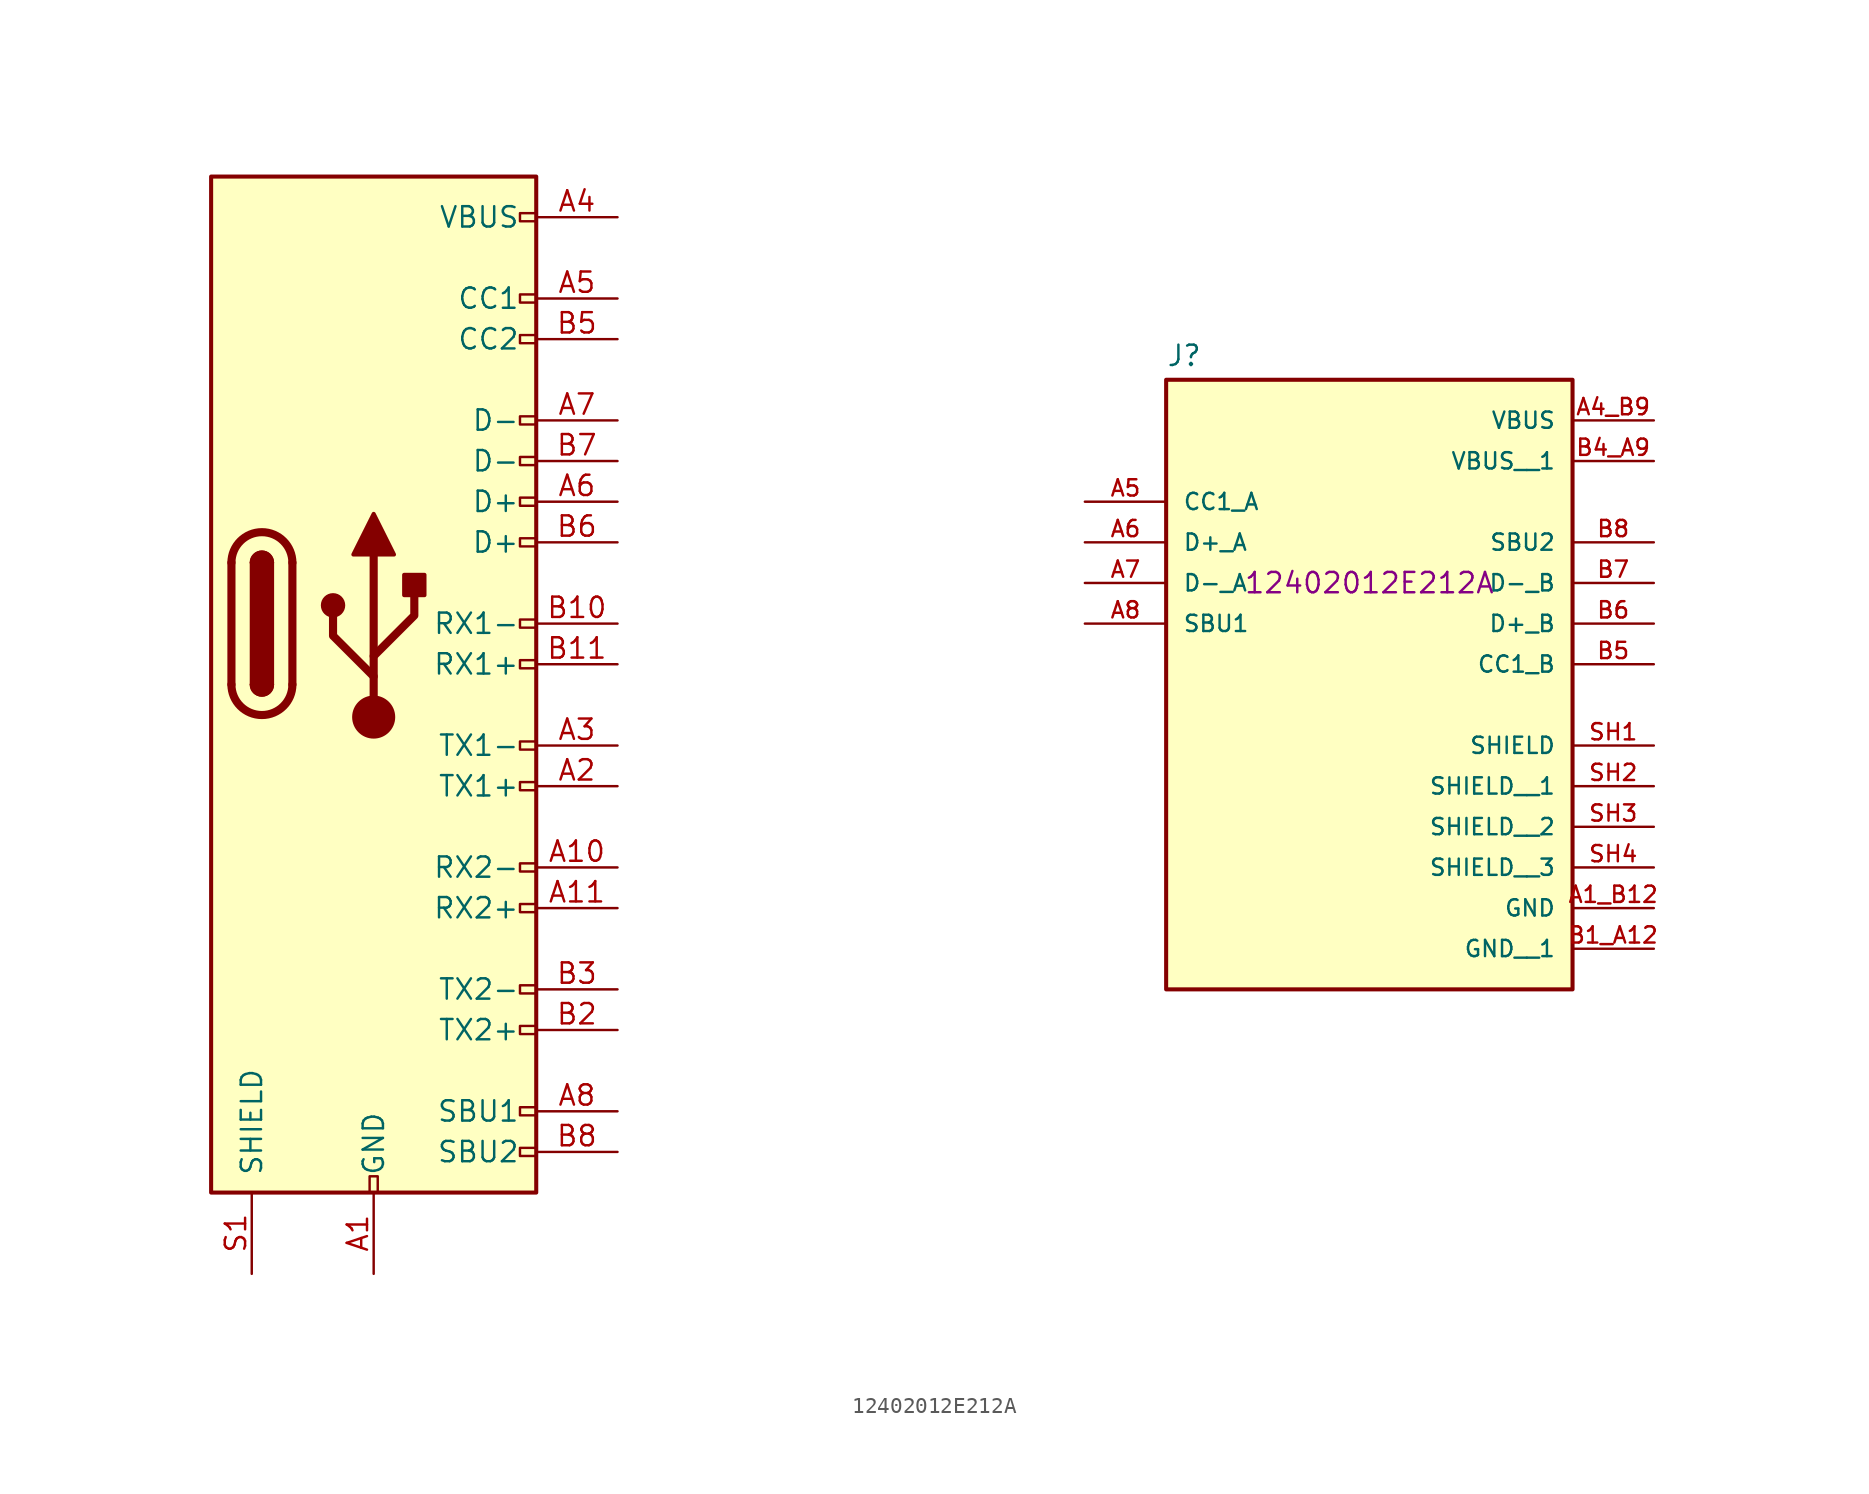
<source format=kicad_sym>
(kicad_symbol_lib
  (version 20231120)
  (generator "kicad_symbol_editor")
  (generator_version "8.0")
  (symbol "12402012E212A"
    (pin_names
      (offset 1.016))
    (property "Reference" "J"
      (at -12.7 13.462 0)
      (effects (font (size 1.27 1.27)) (justify left bottom)))
    (property "MPN" "12402012E212A"
      (at 0 0 0)
      (effects (font (size 1.27 1.27))))
    (symbol "12402012E212A_0_0"
      (rectangle (start -62.484 -38.1) (end -61.976 -37.084) (stroke (width 0) (type default)) (fill (type none)))
      (rectangle (start -52.07 -35.306) (end -53.086 -35.814) (stroke (width 0) (type default)) (fill (type none)))
      (rectangle (start -52.07 -32.766) (end -53.086 -33.274) (stroke (width 0) (type default)) (fill (type none)))
      (rectangle (start -52.07 -27.686) (end -53.086 -28.194) (stroke (width 0) (type default)) (fill (type none)))
      (rectangle (start -52.07 -25.146) (end -53.086 -25.654) (stroke (width 0) (type default)) (fill (type none)))
      (rectangle (start -52.07 -20.066) (end -53.086 -20.574) (stroke (width 0) (type default)) (fill (type none)))
      (rectangle (start -52.07 -17.526) (end -53.086 -18.034) (stroke (width 0) (type default)) (fill (type none)))
      (rectangle (start -52.07 -12.446) (end -53.086 -12.954) (stroke (width 0) (type default)) (fill (type none)))
      (rectangle (start -52.07 -9.906) (end -53.086 -10.414) (stroke (width 0) (type default)) (fill (type none)))
      (rectangle (start -52.07 -4.826) (end -53.086 -5.334) (stroke (width 0) (type default)) (fill (type none)))
      (rectangle (start -52.07 -2.286) (end -53.086 -2.794) (stroke (width 0) (type default)) (fill (type none)))
      (rectangle (start -52.07 2.794) (end -53.086 2.286) (stroke (width 0) (type default)) (fill (type none)))
      (rectangle (start -52.07 5.334) (end -53.086 4.826) (stroke (width 0) (type default)) (fill (type none)))
      (rectangle (start -52.07 7.874) (end -53.086 7.366) (stroke (width 0) (type default)) (fill (type none)))
      (rectangle (start -52.07 10.414) (end -53.086 9.906) (stroke (width 0) (type default)) (fill (type none)))
      (rectangle (start -52.07 15.494) (end -53.086 14.986) (stroke (width 0) (type default)) (fill (type none)))
      (rectangle (start -52.07 18.034) (end -53.086 17.526) (stroke (width 0) (type default)) (fill (type none)))
      (rectangle (start -52.07 23.114) (end -53.086 22.606) (stroke (width 0) (type default)) (fill (type none)))
      (rectangle (start -12.7 -25.4) (end 12.7 12.7) (stroke (width 0.254) (type default)) (fill (type background)))
      (pin power_in line (at 17.78 -20.32 180) (length 5.08) (name "GND" (effects (font (size 1.016 1.016)))) (number "A1_B12" (effects (font (size 1.016 1.016)))))
      (pin power_in line (at 17.78 10.16 180) (length 5.08) (name "VBUS" (effects (font (size 1.016 1.016)))) (number "A4_B9" (effects (font (size 1.016 1.016)))))
      (pin bidirectional line (at -17.78 5.08 0) (length 5.08) (name "CC1_A" (effects (font (size 1.016 1.016)))) (number "A5" (effects (font (size 1.016 1.016)))))
      (pin bidirectional line (at -17.78 2.54 0) (length 5.08) (name "D+_A" (effects (font (size 1.016 1.016)))) (number "A6" (effects (font (size 1.016 1.016)))))
      (pin bidirectional line (at -17.78 0 0) (length 5.08) (name "D-_A" (effects (font (size 1.016 1.016)))) (number "A7" (effects (font (size 1.016 1.016)))))
      (pin bidirectional line (at -17.78 -2.54 0) (length 5.08) (name "SBU1" (effects (font (size 1.016 1.016)))) (number "A8" (effects (font (size 1.016 1.016)))))
      (pin power_in line (at 17.78 -22.86 180) (length 5.08) (name "GND__1" (effects (font (size 1.016 1.016)))) (number "B1_A12" (effects (font (size 1.016 1.016)))))
      (pin power_in line (at 17.78 7.62 180) (length 5.08) (name "VBUS__1" (effects (font (size 1.016 1.016)))) (number "B4_A9" (effects (font (size 1.016 1.016)))))
      (pin bidirectional line (at 17.78 -5.08 180) (length 5.08) (name "CC1_B" (effects (font (size 1.016 1.016)))) (number "B5" (effects (font (size 1.016 1.016)))))
      (pin bidirectional line (at 17.78 -2.54 180) (length 5.08) (name "D+_B" (effects (font (size 1.016 1.016)))) (number "B6" (effects (font (size 1.016 1.016)))))
      (pin bidirectional line (at 17.78 0 180) (length 5.08) (name "D-_B" (effects (font (size 1.016 1.016)))) (number "B7" (effects (font (size 1.016 1.016)))))
      (pin bidirectional line (at 17.78 2.54 180) (length 5.08) (name "SBU2" (effects (font (size 1.016 1.016)))) (number "B8" (effects (font (size 1.016 1.016)))))
      (pin passive line (at 17.78 -10.16 180) (length 5.08) (name "SHIELD" (effects (font (size 1.016 1.016)))) (number "SH1" (effects (font (size 1.016 1.016)))))
      (pin passive line (at 17.78 -12.7 180) (length 5.08) (name "SHIELD__1" (effects (font (size 1.016 1.016)))) (number "SH2" (effects (font (size 1.016 1.016)))))
      (pin passive line (at 17.78 -15.24 180) (length 5.08) (name "SHIELD__2" (effects (font (size 1.016 1.016)))) (number "SH3" (effects (font (size 1.016 1.016)))))
      (pin passive line (at 17.78 -17.78 180) (length 5.08) (name "SHIELD__3" (effects (font (size 1.016 1.016)))) (number "SH4" (effects (font (size 1.016 1.016))))))
    (symbol "12402012E212A_0_1"
      (rectangle (start -72.39 25.4) (end -52.07 -38.1) (stroke (width 0.254) (type default)) (fill (type background)))
      (arc (start -71.12 -6.35) (mid -69.215 -8.2467) (end -67.31 -6.35) (stroke (width 0.508) (type default)) (fill (type none)))
      (arc (start -69.85 -6.35) (mid -69.215 -6.9823) (end -68.58 -6.35) (stroke (width 0.254) (type default)) (fill (type none)))
      (arc (start -69.85 -6.35) (mid -69.215 -6.9823) (end -68.58 -6.35) (stroke (width 0.254) (type default)) (fill (type outline)))
      (rectangle (start -69.85 -6.35) (end -68.58 1.27) (stroke (width 0.254) (type default)) (fill (type outline)))
      (arc (start -68.58 1.27) (mid -69.215 1.9023) (end -69.85 1.27) (stroke (width 0.254) (type default)) (fill (type none)))
      (arc (start -68.58 1.27) (mid -69.215 1.9023) (end -69.85 1.27) (stroke (width 0.254) (type default)) (fill (type outline)))
      (arc (start -67.31 1.27) (mid -69.215 3.1667) (end -71.12 1.27) (stroke (width 0.508) (type default)) (fill (type none)))
      (polyline (pts (xy -71.12 -6.35) (xy -71.12 1.27)) (stroke (width 0.508) (type default)) (fill (type none)))
      (polyline (pts (xy -67.31 1.27) (xy -67.31 -6.35)) (stroke (width 0.508) (type default)) (fill (type none))))
    (symbol "12402012E212A_1_1"
      (circle (center -64.77 -1.397) (radius 0.635) (stroke (width 0.254) (type default)) (fill (type outline)))
      (circle (center -62.23 -8.382) (radius 1.27) (stroke (width 0) (type default)) (fill (type outline)))
      (rectangle (start -60.325 -0.762) (end -59.055 0.508) (stroke (width 0.254) (type default)) (fill (type outline)))
      (polyline (pts (xy -62.23 -8.382) (xy -62.23 1.778)) (stroke (width 0.508) (type default)) (fill (type none)))
      (polyline (pts (xy -62.23 -5.842) (xy -64.77 -3.302) (xy -64.77 -2.032)) (stroke (width 0.508) (type default)) (fill (type none)))
      (polyline (pts (xy -62.23 -4.572) (xy -59.69 -2.032) (xy -59.69 -0.762)) (stroke (width 0.508) (type default)) (fill (type none)))
      (polyline (pts (xy -63.5 1.778) (xy -62.23 4.318) (xy -60.96 1.778) (xy -63.5 1.778)) (stroke (width 0.254) (type default)) (fill (type outline)))
      (pin passive line (at -62.23 -43.18 90) (length 5.08) (name "GND" (effects (font (size 1.27 1.27)))) (number "A1" (effects (font (size 1.27 1.27)))))
      (pin bidirectional line (at -46.99 -17.78 180) (length 5.08) (name "RX2-" (effects (font (size 1.27 1.27)))) (number "A10" (effects (font (size 1.27 1.27)))))
      (pin bidirectional line (at -46.99 -20.32 180) (length 5.08) (name "RX2+" (effects (font (size 1.27 1.27)))) (number "A11" (effects (font (size 1.27 1.27)))))
      (pin passive line (at -62.23 -43.18 90) (length 5.08) hide (name "GND" (effects (font (size 1.27 1.27)))) (number "A12" (effects (font (size 1.27 1.27)))))
      (pin bidirectional line (at -46.99 -12.7 180) (length 5.08) (name "TX1+" (effects (font (size 1.27 1.27)))) (number "A2" (effects (font (size 1.27 1.27)))))
      (pin bidirectional line (at -46.99 -10.16 180) (length 5.08) (name "TX1-" (effects (font (size 1.27 1.27)))) (number "A3" (effects (font (size 1.27 1.27)))))
      (pin passive line (at -46.99 22.86 180) (length 5.08) (name "VBUS" (effects (font (size 1.27 1.27)))) (number "A4" (effects (font (size 1.27 1.27)))))
      (pin bidirectional line (at -46.99 17.78 180) (length 5.08) (name "CC1" (effects (font (size 1.27 1.27)))) (number "A5" (effects (font (size 1.27 1.27)))))
      (pin bidirectional line (at -46.99 5.08 180) (length 5.08) (name "D+" (effects (font (size 1.27 1.27)))) (number "A6" (effects (font (size 1.27 1.27)))))
      (pin bidirectional line (at -46.99 10.16 180) (length 5.08) (name "D-" (effects (font (size 1.27 1.27)))) (number "A7" (effects (font (size 1.27 1.27)))))
      (pin bidirectional line (at -46.99 -33.02 180) (length 5.08) (name "SBU1" (effects (font (size 1.27 1.27)))) (number "A8" (effects (font (size 1.27 1.27)))))
      (pin passive line (at -46.99 22.86 180) (length 5.08) hide (name "VBUS" (effects (font (size 1.27 1.27)))) (number "A9" (effects (font (size 1.27 1.27)))))
      (pin passive line (at -62.23 -43.18 90) (length 5.08) hide (name "GND" (effects (font (size 1.27 1.27)))) (number "B1" (effects (font (size 1.27 1.27)))))
      (pin bidirectional line (at -46.99 -2.54 180) (length 5.08) (name "RX1-" (effects (font (size 1.27 1.27)))) (number "B10" (effects (font (size 1.27 1.27)))))
      (pin bidirectional line (at -46.99 -5.08 180) (length 5.08) (name "RX1+" (effects (font (size 1.27 1.27)))) (number "B11" (effects (font (size 1.27 1.27)))))
      (pin passive line (at -62.23 -43.18 90) (length 5.08) hide (name "GND" (effects (font (size 1.27 1.27)))) (number "B12" (effects (font (size 1.27 1.27)))))
      (pin bidirectional line (at -46.99 -27.94 180) (length 5.08) (name "TX2+" (effects (font (size 1.27 1.27)))) (number "B2" (effects (font (size 1.27 1.27)))))
      (pin bidirectional line (at -46.99 -25.4 180) (length 5.08) (name "TX2-" (effects (font (size 1.27 1.27)))) (number "B3" (effects (font (size 1.27 1.27)))))
      (pin passive line (at -46.99 22.86 180) (length 5.08) hide (name "VBUS" (effects (font (size 1.27 1.27)))) (number "B4" (effects (font (size 1.27 1.27)))))
      (pin bidirectional line (at -46.99 15.24 180) (length 5.08) (name "CC2" (effects (font (size 1.27 1.27)))) (number "B5" (effects (font (size 1.27 1.27)))))
      (pin bidirectional line (at -46.99 2.54 180) (length 5.08) (name "D+" (effects (font (size 1.27 1.27)))) (number "B6" (effects (font (size 1.27 1.27)))))
      (pin bidirectional line (at -46.99 7.62 180) (length 5.08) (name "D-" (effects (font (size 1.27 1.27)))) (number "B7" (effects (font (size 1.27 1.27)))))
      (pin bidirectional line (at -46.99 -35.56 180) (length 5.08) (name "SBU2" (effects (font (size 1.27 1.27)))) (number "B8" (effects (font (size 1.27 1.27)))))
      (pin passive line (at -46.99 22.86 180) (length 5.08) hide (name "VBUS" (effects (font (size 1.27 1.27)))) (number "B9" (effects (font (size 1.27 1.27)))))
      (pin passive line (at -69.85 -43.18 90) (length 5.08) (name "SHIELD" (effects (font (size 1.27 1.27)))) (number "S1" (effects (font (size 1.27 1.27))))))))
</source>
